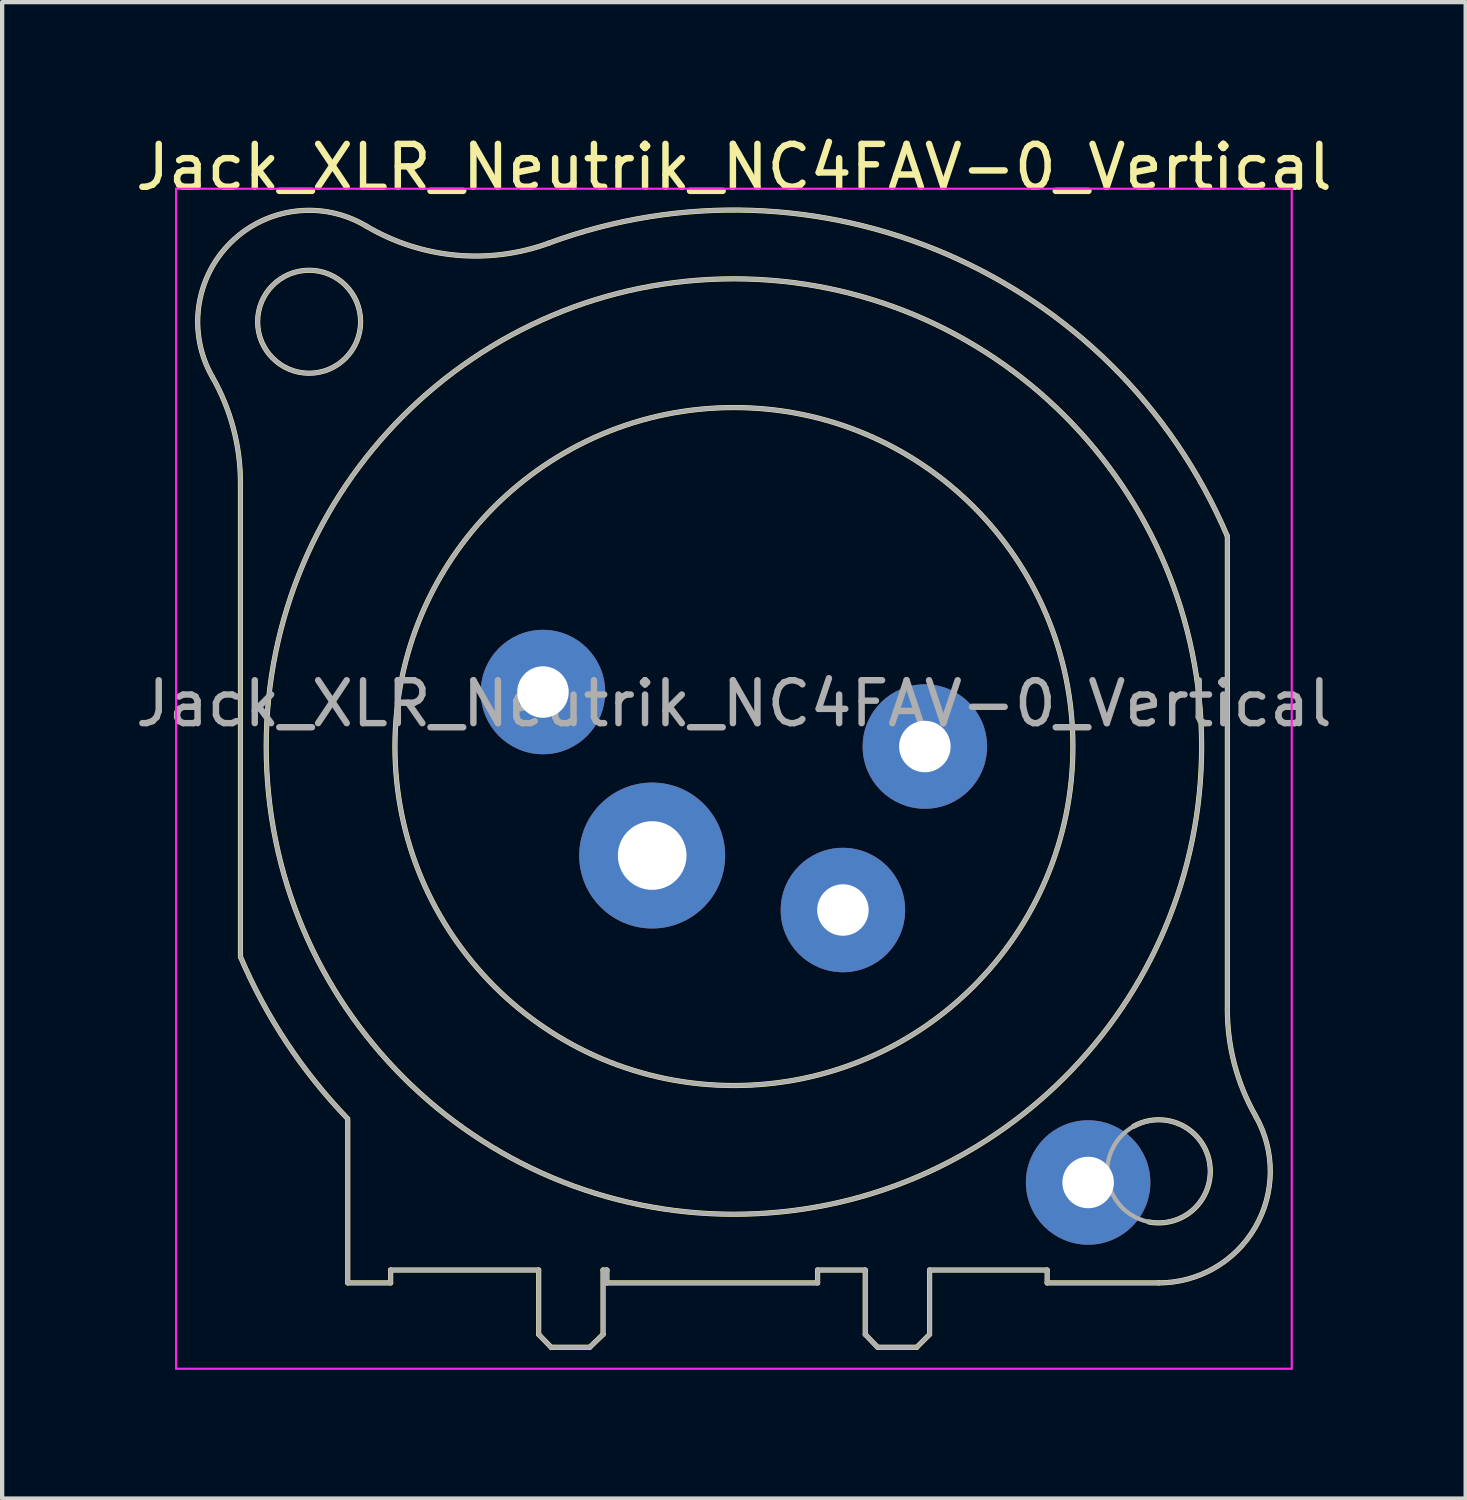
<source format=kicad_pcb>
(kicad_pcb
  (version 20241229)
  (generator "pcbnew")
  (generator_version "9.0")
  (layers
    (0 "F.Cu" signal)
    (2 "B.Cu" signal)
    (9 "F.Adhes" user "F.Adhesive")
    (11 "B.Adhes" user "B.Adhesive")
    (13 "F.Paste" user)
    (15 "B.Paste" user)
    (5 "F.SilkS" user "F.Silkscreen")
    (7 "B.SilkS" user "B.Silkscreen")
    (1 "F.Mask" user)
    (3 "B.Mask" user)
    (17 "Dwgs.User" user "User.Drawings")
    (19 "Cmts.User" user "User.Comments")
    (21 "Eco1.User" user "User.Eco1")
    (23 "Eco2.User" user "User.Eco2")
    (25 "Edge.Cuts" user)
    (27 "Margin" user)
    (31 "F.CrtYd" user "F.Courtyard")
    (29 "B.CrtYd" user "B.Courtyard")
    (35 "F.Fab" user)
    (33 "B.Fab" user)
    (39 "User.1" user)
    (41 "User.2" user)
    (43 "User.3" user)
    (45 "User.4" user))
  (footprint "Jack_XLR_Neutrik_NC4FAV-0_Vertical"
    (layer "F.Cu")
    (at 18.504 14.348)
    (property "Reference" "Jack_XLR_Neutrik_NC4FAV-0_Vertical" (at -4.45 -13.5 0) (layer "F.SilkS") (effects (font (size 1 1) (thickness 0.15))))
    (attr through_hole)
    (fp_line (start -15.95 -6.13) (end -15.95 4.9) (stroke (width 0.12) (type solid)) (layer "F.SilkS"))
    (fp_line (start -13.45 8.68) (end -13.45 12.5) (stroke (width 0.12) (type solid)) (layer "F.SilkS"))
    (fp_line (start -12.45 12.2) (end -12.45 12.5) (stroke (width 0.12) (type solid)) (layer "F.SilkS"))
    (fp_line (start -12.45 12.5) (end -13.45 12.5) (stroke (width 0.12) (type solid)) (layer "F.SilkS"))
    (fp_line (start -9 12.2) (end -12.45 12.2) (stroke (width 0.12) (type solid)) (layer "F.SilkS"))
    (fp_line (start -9 12.2) (end -9 13.7) (stroke (width 0.12) (type solid)) (layer "F.SilkS"))
    (fp_line (start -9 13.7) (end -8.71 14) (stroke (width 0.12) (type solid)) (layer "F.SilkS"))
    (fp_line (start -8.71 14) (end -7.81 14) (stroke (width 0.12) (type solid)) (layer "F.SilkS"))
    (fp_line (start -7.5 12.2) (end -7.5 13.7) (stroke (width 0.12) (type solid)) (layer "F.SilkS"))
    (fp_line (start -7.5 13.7) (end -7.81 14) (stroke (width 0.12) (type solid)) (layer "F.SilkS"))
    (fp_line (start -7.41 12.2) (end -7.5 12.2) (stroke (width 0.12) (type solid)) (layer "F.SilkS"))
    (fp_line (start -7.41 12.2) (end -7.41 12.5) (stroke (width 0.12) (type solid)) (layer "F.SilkS"))
    (fp_line (start -2.5 12.2) (end -2.5 12.5) (stroke (width 0.12) (type solid)) (layer "F.SilkS"))
    (fp_line (start -2.5 12.2) (end -1.39 12.2) (stroke (width 0.12) (type solid)) (layer "F.SilkS"))
    (fp_line (start -2.5 12.5) (end -7.41 12.5) (stroke (width 0.12) (type solid)) (layer "F.SilkS"))
    (fp_line (start -1.39 12.2) (end -1.39 13.7) (stroke (width 0.12) (type solid)) (layer "F.SilkS"))
    (fp_line (start -1.39 13.7) (end -1.1 14) (stroke (width 0.12) (type solid)) (layer "F.SilkS"))
    (fp_line (start -1.1 14) (end -0.19 14) (stroke (width 0.12) (type solid)) (layer "F.SilkS"))
    (fp_line (start 0.11 12.2) (end 0.11 13.7) (stroke (width 0.12) (type solid)) (layer "F.SilkS"))
    (fp_line (start 0.11 12.2) (end 2.85 12.2) (stroke (width 0.12) (type solid)) (layer "F.SilkS"))
    (fp_line (start 0.11 13.7) (end -0.19 14) (stroke (width 0.12) (type solid)) (layer "F.SilkS"))
    (fp_line (start 2.85 12.2) (end 2.85 12.5) (stroke (width 0.12) (type solid)) (layer "F.SilkS"))
    (fp_line (start 5.45 12.5) (end 2.85 12.5) (stroke (width 0.12) (type solid)) (layer "F.SilkS"))
    (fp_line (start 7.05 6.13) (end 7.05 -4.9) (stroke (width 0.12) (type solid)) (layer "F.SilkS"))
    (fp_arc (start -16.605678 -8.61403) (mid -16.167892 -11.753934) (end -13.02 -12.13) (stroke (width 0.12) (type solid)) (layer "F.SilkS"))
    (fp_arc (start -16.601888 -8.608607) (mid -16.114437 -7.411781) (end -15.95 -6.13) (stroke (width 0.12) (type solid)) (layer "F.SilkS"))
    (fp_arc (start -13.460471 8.664376) (mid -14.876528 6.89547) (end -15.95 4.9) (stroke (width 0.12) (type solid)) (layer "F.SilkS"))
    (fp_arc (start -8.782378 -11.725634) (mid 0.49884 -11.479067) (end 7.05 -4.9) (stroke (width 0.12) (type solid)) (layer "F.SilkS"))
    (fp_arc (start -8.765808 -11.730188) (mid -10.937772 -11.452682) (end -13.02 -12.13) (stroke (width 0.12) (type solid)) (layer "F.SilkS"))
    (fp_arc (start 4.867701 8.848226) (mid 6.637502 9.712546) (end 5.22 11.08) (stroke (width 0.12) (type solid)) (layer "F.SilkS"))
    (fp_arc (start 7.706842 8.607293) (mid 7.216999 7.411447) (end 7.05 6.13) (stroke (width 0.12) (type solid)) (layer "F.SilkS"))
    (fp_arc (start 7.708442 8.611807) (mid 7.698255 11.20589) (end 5.45 12.5) (stroke (width 0.12) (type solid)) (layer "F.SilkS"))
    (fp_circle (center -14.35 -9.9) (end -13.15 -9.9) (stroke (width 0.12) (type solid)) (fill no) (layer "F.SilkS"))
    (fp_circle (center -4.45 0) (end 3.45 0) (stroke (width 0.12) (type solid)) (fill no) (layer "F.SilkS"))
    (fp_circle (center -4.45 0) (end 6.45 0) (stroke (width 0.12) (type solid)) (fill no) (layer "F.SilkS"))
    (fp_line (start -17.45 -13) (end 8.55 -13) (stroke (width 0.05) (type solid)) (layer "F.CrtYd"))
    (fp_line (start -17.45 14.5) (end -17.45 -13) (stroke (width 0.05) (type solid)) (layer "F.CrtYd"))
    (fp_line (start 8.55 -13) (end 8.55 14.5) (stroke (width 0.05) (type solid)) (layer "F.CrtYd"))
    (fp_line (start 8.55 14.5) (end -17.45 14.5) (stroke (width 0.05) (type solid)) (layer "F.CrtYd"))
    (fp_line (start -15.95 -6.13) (end -15.95 4.9) (stroke (width 0.1) (type solid)) (layer "F.Fab"))
    (fp_line (start -13.45 8.68) (end -13.45 12.5) (stroke (width 0.1) (type solid)) (layer "F.Fab"))
    (fp_line (start -12.45 12.2) (end -12.45 12.5) (stroke (width 0.1) (type solid)) (layer "F.Fab"))
    (fp_line (start -12.45 12.5) (end -13.45 12.5) (stroke (width 0.1) (type solid)) (layer "F.Fab"))
    (fp_line (start -9 12.2) (end -12.45 12.2) (stroke (width 0.1) (type solid)) (layer "F.Fab"))
    (fp_line (start -9 12.2) (end -9 13.7) (stroke (width 0.1) (type solid)) (layer "F.Fab"))
    (fp_line (start -9 13.7) (end -8.71 14) (stroke (width 0.1) (type solid)) (layer "F.Fab"))
    (fp_line (start -8.71 14) (end -7.81 14) (stroke (width 0.1) (type solid)) (layer "F.Fab"))
    (fp_line (start -7.5 12.2) (end -7.5 13.7) (stroke (width 0.1) (type solid)) (layer "F.Fab"))
    (fp_line (start -7.5 13.7) (end -7.81 14) (stroke (width 0.1) (type solid)) (layer "F.Fab"))
    (fp_line (start -7.41 12.2) (end -7.5 12.2) (stroke (width 0.1) (type solid)) (layer "F.Fab"))
    (fp_line (start -7.41 12.2) (end -7.41 12.5) (stroke (width 0.1) (type solid)) (layer "F.Fab"))
    (fp_line (start -2.5 12.2) (end -2.5 12.5) (stroke (width 0.1) (type solid)) (layer "F.Fab"))
    (fp_line (start -2.5 12.2) (end -1.39 12.2) (stroke (width 0.1) (type solid)) (layer "F.Fab"))
    (fp_line (start -2.5 12.5) (end -7.41 12.5) (stroke (width 0.1) (type solid)) (layer "F.Fab"))
    (fp_line (start -1.39 12.2) (end -1.39 13.7) (stroke (width 0.1) (type solid)) (layer "F.Fab"))
    (fp_line (start -1.39 13.7) (end -1.1 14) (stroke (width 0.1) (type solid)) (layer "F.Fab"))
    (fp_line (start -1.1 14) (end -0.19 14) (stroke (width 0.1) (type solid)) (layer "F.Fab"))
    (fp_line (start 0.11 12.2) (end 0.11 13.7) (stroke (width 0.1) (type solid)) (layer "F.Fab"))
    (fp_line (start 0.11 12.2) (end 2.85 12.2) (stroke (width 0.1) (type solid)) (layer "F.Fab"))
    (fp_line (start 0.11 13.7) (end -0.19 14) (stroke (width 0.1) (type solid)) (layer "F.Fab"))
    (fp_line (start 2.85 12.2) (end 2.85 12.5) (stroke (width 0.1) (type solid)) (layer "F.Fab"))
    (fp_line (start 5.45 12.5) (end 2.85 12.5) (stroke (width 0.1) (type solid)) (layer "F.Fab"))
    (fp_line (start 7.05 6.13) (end 7.05 -4.9) (stroke (width 0.1) (type solid)) (layer "F.Fab"))
    (fp_arc (start -16.605678 -8.61403) (mid -16.167892 -11.753934) (end -13.02 -12.13) (stroke (width 0.1) (type solid)) (layer "F.Fab"))
    (fp_arc (start -16.601888 -8.608607) (mid -16.114437 -7.411781) (end -15.95 -6.13) (stroke (width 0.1) (type solid)) (layer "F.Fab"))
    (fp_arc (start -13.460471 8.664376) (mid -14.876528 6.89547) (end -15.95 4.9) (stroke (width 0.1) (type solid)) (layer "F.Fab"))
    (fp_arc (start -8.782378 -11.725634) (mid 0.49884 -11.479067) (end 7.05 -4.9) (stroke (width 0.1) (type solid)) (layer "F.Fab"))
    (fp_arc (start -8.765808 -11.730188) (mid -10.937772 -11.452682) (end -13.02 -12.13) (stroke (width 0.1) (type solid)) (layer "F.Fab"))
    (fp_arc (start 7.706842 8.607293) (mid 7.216999 7.411447) (end 7.05 6.13) (stroke (width 0.1) (type solid)) (layer "F.Fab"))
    (fp_arc (start 7.708442 8.611807) (mid 7.698255 11.20589) (end 5.45 12.5) (stroke (width 0.1) (type solid)) (layer "F.Fab"))
    (fp_circle (center -14.35 -9.9) (end -13.15 -9.9) (stroke (width 0.1) (type solid)) (fill no) (layer "F.Fab"))
    (fp_circle (center -4.45 0) (end 3.45 0) (stroke (width 0.1) (type solid)) (fill no) (layer "F.Fab"))
    (fp_circle (center -4.45 0) (end 6.45 0) (stroke (width 0.1) (type solid)) (fill no) (layer "F.Fab"))
    (fp_circle (center 5.45 9.9) (end 6.65 9.9) (stroke (width 0.1) (type solid)) (fill no) (layer "F.Fab"))
    (fp_text user "${REFERENCE}" (at -4.45 -1 0) (layer "F.Fab") (effects (font (size 1 1) (thickness 0.15))))
    (pad "1" thru_hole circle (at 0 0) (size 2.9 2.9) (drill 1.2) (layers "*.Cu" "*.Mask"))
    (pad "2" thru_hole circle (at -1.91 3.81) (size 2.9 2.9) (drill 1.2) (layers "*.Cu" "*.Mask"))
    (pad "3" thru_hole circle (at -6.355 2.54) (size 3.4 3.4) (drill 1.6) (layers "*.Cu" "*.Mask"))
    (pad "4" thru_hole circle (at -8.9 -1.27) (size 2.9 2.9) (drill 1.2) (layers "*.Cu" "*.Mask"))
    (pad "G" thru_hole circle (at 3.805 10.16) (size 2.9 2.9) (drill 1.2) (layers "*.Cu" "*.Mask")))
  (gr_rect
    (start -3 -3)
    (end 31.107 31.873)
    (stroke (width 0.1) (type default))
    (fill no)
    (layer "Edge.Cuts")))
</source>
